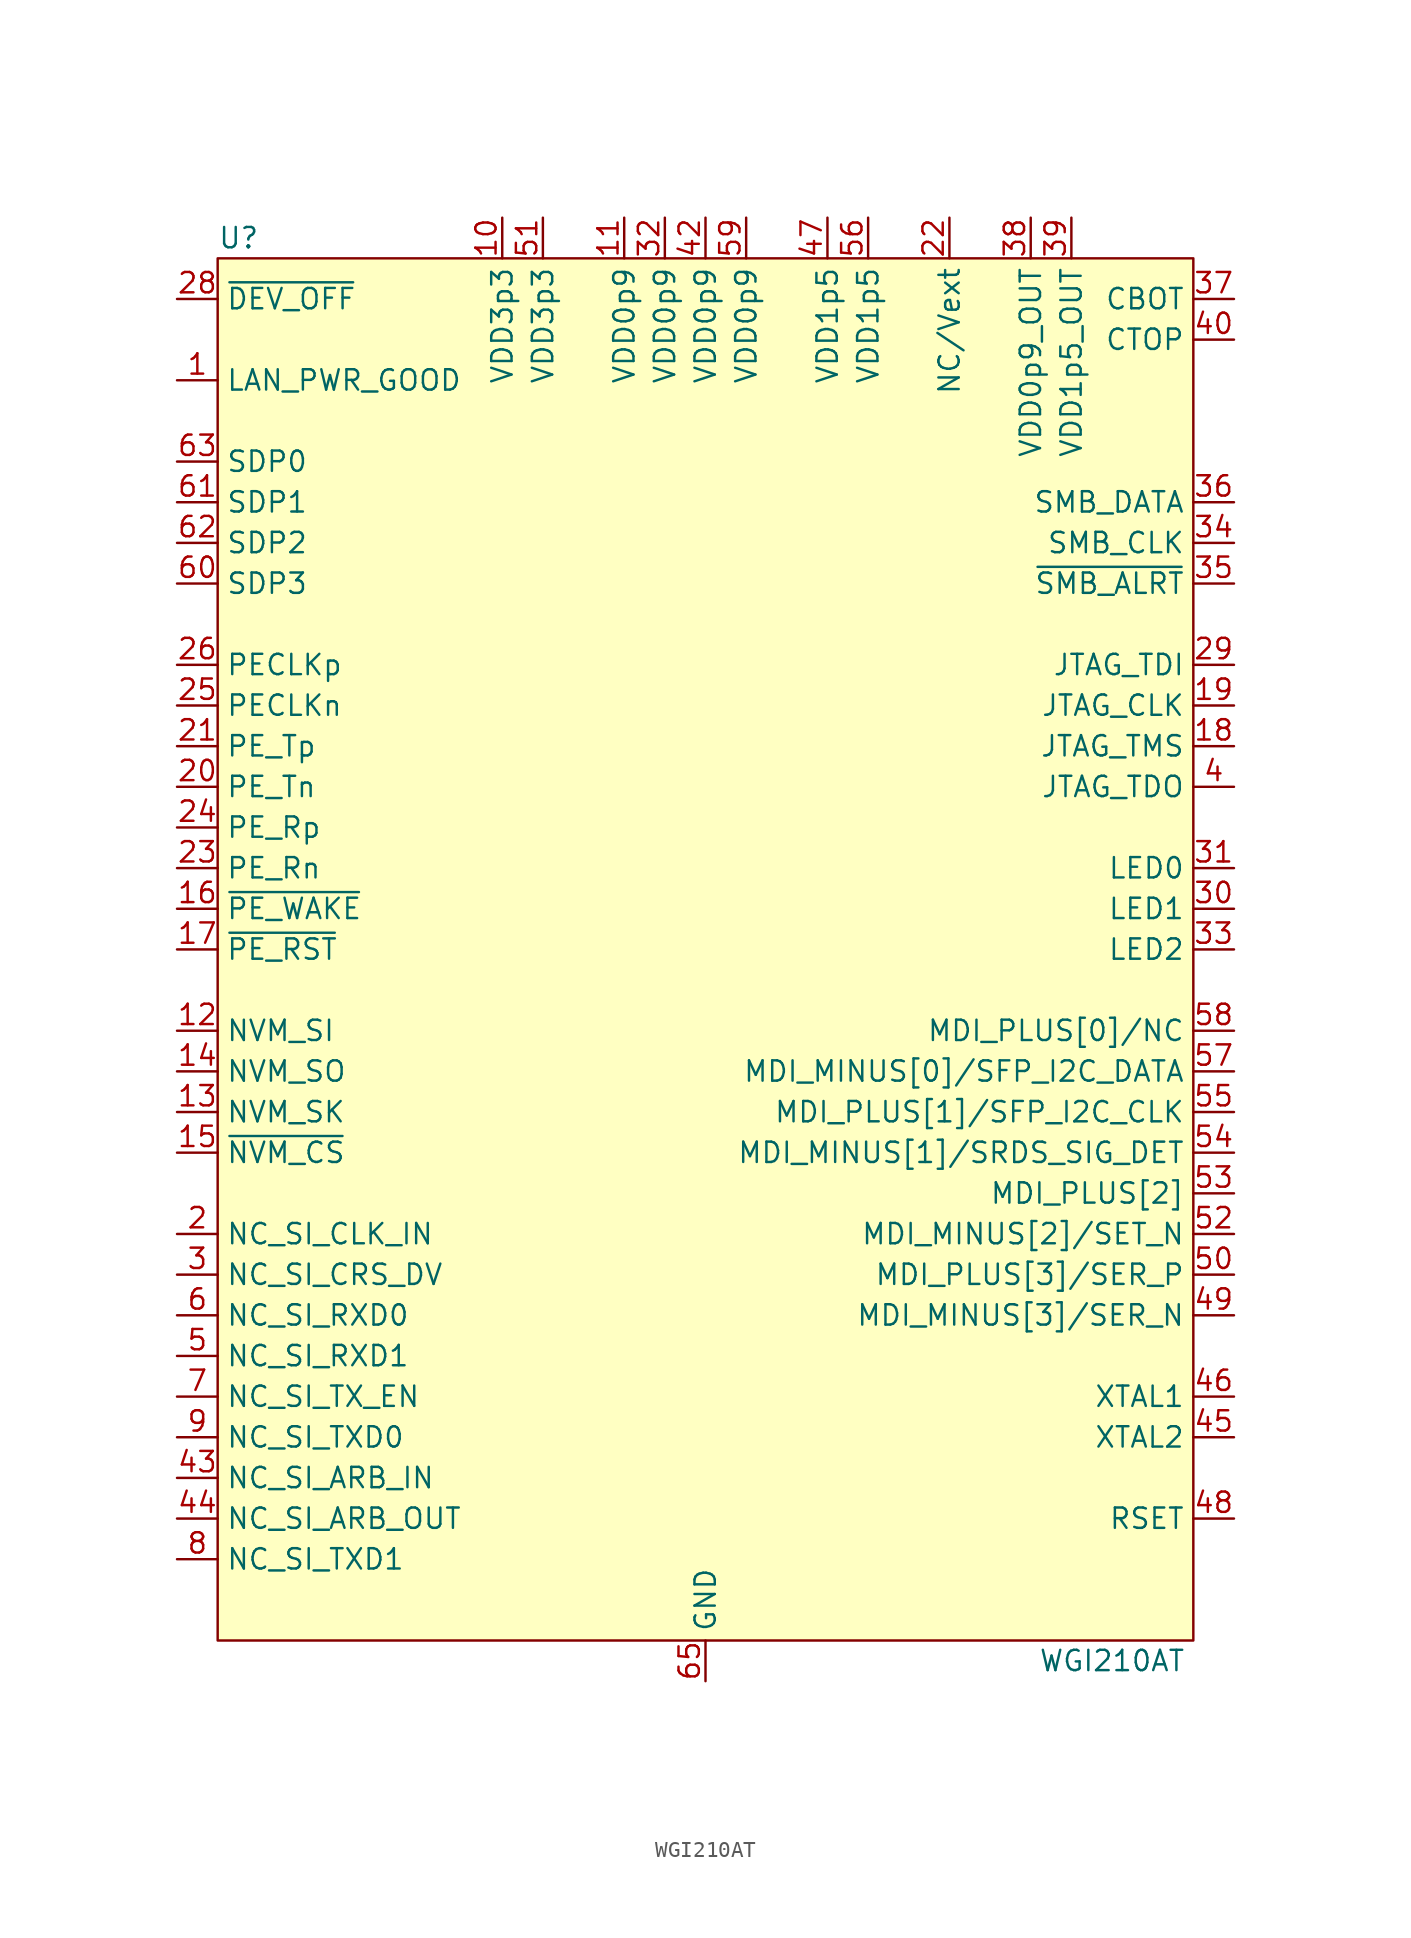
<source format=kicad_sym>
(kicad_symbol_lib
  (version 20211014)
  (generator kicad_symbol_editor)
  (symbol "WGI210AT"
    (property "Reference" "U"
      (at -30.48 44.45 0)
      (effects (font (size 1.27 1.27)) (justify left)))
    (property "Value" "WGI210AT"
      (at 25.4 -44.45 0)
      (effects (font (size 1.27 1.27))))
    (symbol "WGI210AT_0_1"
      (rectangle (start -30.48 43.18) (end 30.48 -43.18) (stroke (width 0) (type default) (color 0 0 0 0)) (fill (type background)))
      (pin input line (at -33.02 35.56 0) (length 2.54) (name "LAN_PWR_GOOD" (effects (font (size 1.27 1.27)))) (number "1" (effects (font (size 1.27 1.27)))))
      (pin power_in line (at -12.7 45.72 270) (length 2.54) (name "VDD3p3" (effects (font (size 1.27 1.27)))) (number "10" (effects (font (size 1.27 1.27)))))
      (pin power_in line (at -5.08 45.72 270) (length 2.54) (name "VDD0p9" (effects (font (size 1.27 1.27)))) (number "11" (effects (font (size 1.27 1.27)))))
      (pin output line (at -33.02 -5.08 0) (length 2.54) (name "NVM_SI" (effects (font (size 1.27 1.27)))) (number "12" (effects (font (size 1.27 1.27)))))
      (pin output line (at -33.02 -10.16 0) (length 2.54) (name "NVM_SK" (effects (font (size 1.27 1.27)))) (number "13" (effects (font (size 1.27 1.27)))))
      (pin input line (at -33.02 -7.62 0) (length 2.54) (name "NVM_SO" (effects (font (size 1.27 1.27)))) (number "14" (effects (font (size 1.27 1.27)))))
      (pin output line (at -33.02 -12.7 0) (length 2.54) (name "~{NVM_CS}" (effects (font (size 1.27 1.27)))) (number "15" (effects (font (size 1.27 1.27)))))
      (pin bidirectional line (at -33.02 2.54 0) (length 2.54) (name "~{PE_WAKE}" (effects (font (size 1.27 1.27)))) (number "16" (effects (font (size 1.27 1.27)))))
      (pin input line (at -33.02 0 0) (length 2.54) (name "~{PE_RST}" (effects (font (size 1.27 1.27)))) (number "17" (effects (font (size 1.27 1.27)))))
      (pin input line (at 33.02 12.7 180) (length 2.54) (name "JTAG_TMS" (effects (font (size 1.27 1.27)))) (number "18" (effects (font (size 1.27 1.27)))))
      (pin input line (at 33.02 15.24 180) (length 2.54) (name "JTAG_CLK" (effects (font (size 1.27 1.27)))) (number "19" (effects (font (size 1.27 1.27)))))
      (pin input line (at -33.02 -17.78 0) (length 2.54) (name "NC_SI_CLK_IN" (effects (font (size 1.27 1.27)))) (number "2" (effects (font (size 1.27 1.27)))))
      (pin output line (at -33.02 10.16 0) (length 2.54) (name "PE_Tn" (effects (font (size 1.27 1.27)))) (number "20" (effects (font (size 1.27 1.27)))))
      (pin output line (at -33.02 12.7 0) (length 2.54) (name "PE_Tp" (effects (font (size 1.27 1.27)))) (number "21" (effects (font (size 1.27 1.27)))))
      (pin power_in line (at 15.24 45.72 270) (length 2.54) (name "NC/Vext" (effects (font (size 1.27 1.27)))) (number "22" (effects (font (size 1.27 1.27)))))
      (pin input line (at -33.02 5.08 0) (length 2.54) (name "PE_Rn" (effects (font (size 1.27 1.27)))) (number "23" (effects (font (size 1.27 1.27)))))
      (pin input line (at -33.02 7.62 0) (length 2.54) (name "PE_Rp" (effects (font (size 1.27 1.27)))) (number "24" (effects (font (size 1.27 1.27)))))
      (pin input line (at -33.02 15.24 0) (length 2.54) (name "PECLKn" (effects (font (size 1.27 1.27)))) (number "25" (effects (font (size 1.27 1.27)))))
      (pin input line (at -33.02 17.78 0) (length 2.54) (name "PECLKp" (effects (font (size 1.27 1.27)))) (number "26" (effects (font (size 1.27 1.27)))))
      (pin power_in line (at -12.7 45.72 270) (length 2.54) hide (name "VDD3p3" (effects (font (size 1.27 1.27)))) (number "27" (effects (font (size 1.27 1.27)))))
      (pin input line (at -33.02 40.64 0) (length 2.54) (name "~{DEV_OFF}" (effects (font (size 1.27 1.27)))) (number "28" (effects (font (size 1.27 1.27)))))
      (pin input line (at 33.02 17.78 180) (length 2.54) (name "JTAG_TDI" (effects (font (size 1.27 1.27)))) (number "29" (effects (font (size 1.27 1.27)))))
      (pin output line (at -33.02 -20.32 0) (length 2.54) (name "NC_SI_CRS_DV" (effects (font (size 1.27 1.27)))) (number "3" (effects (font (size 1.27 1.27)))))
      (pin output line (at 33.02 2.54 180) (length 2.54) (name "LED1" (effects (font (size 1.27 1.27)))) (number "30" (effects (font (size 1.27 1.27)))))
      (pin output line (at 33.02 5.08 180) (length 2.54) (name "LED0" (effects (font (size 1.27 1.27)))) (number "31" (effects (font (size 1.27 1.27)))))
      (pin power_in line (at -2.54 45.72 270) (length 2.54) (name "VDD0p9" (effects (font (size 1.27 1.27)))) (number "32" (effects (font (size 1.27 1.27)))))
      (pin output line (at 33.02 0 180) (length 2.54) (name "LED2" (effects (font (size 1.27 1.27)))) (number "33" (effects (font (size 1.27 1.27)))))
      (pin bidirectional line (at 33.02 25.4 180) (length 2.54) (name "SMB_CLK" (effects (font (size 1.27 1.27)))) (number "34" (effects (font (size 1.27 1.27)))))
      (pin output line (at 33.02 22.86 180) (length 2.54) (name "~{SMB_ALRT}" (effects (font (size 1.27 1.27)))) (number "35" (effects (font (size 1.27 1.27)))))
      (pin bidirectional line (at 33.02 27.94 180) (length 2.54) (name "SMB_DATA" (effects (font (size 1.27 1.27)))) (number "36" (effects (font (size 1.27 1.27)))))
      (pin passive line (at 33.02 40.64 180) (length 2.54) (name "CBOT" (effects (font (size 1.27 1.27)))) (number "37" (effects (font (size 1.27 1.27)))))
      (pin power_out line (at 20.32 45.72 270) (length 2.54) (name "VDD0p9_OUT" (effects (font (size 1.27 1.27)))) (number "38" (effects (font (size 1.27 1.27)))))
      (pin power_out line (at 22.86 45.72 270) (length 2.54) (name "VDD1p5_OUT" (effects (font (size 1.27 1.27)))) (number "39" (effects (font (size 1.27 1.27)))))
      (pin output line (at 33.02 10.16 180) (length 2.54) (name "JTAG_TDO" (effects (font (size 1.27 1.27)))) (number "4" (effects (font (size 1.27 1.27)))))
      (pin passive line (at 33.02 38.1 180) (length 2.54) (name "CTOP" (effects (font (size 1.27 1.27)))) (number "40" (effects (font (size 1.27 1.27)))))
      (pin power_in line (at -12.7 45.72 270) (length 2.54) hide (name "VDD3p3" (effects (font (size 1.27 1.27)))) (number "41" (effects (font (size 1.27 1.27)))))
      (pin power_in line (at 0 45.72 270) (length 2.54) (name "VDD0p9" (effects (font (size 1.27 1.27)))) (number "42" (effects (font (size 1.27 1.27)))))
      (pin input line (at -33.02 -33.02 0) (length 2.54) (name "NC_SI_ARB_IN" (effects (font (size 1.27 1.27)))) (number "43" (effects (font (size 1.27 1.27)))))
      (pin output line (at -33.02 -35.56 0) (length 2.54) (name "NC_SI_ARB_OUT" (effects (font (size 1.27 1.27)))) (number "44" (effects (font (size 1.27 1.27)))))
      (pin output line (at 33.02 -30.48 180) (length 2.54) (name "XTAL2" (effects (font (size 1.27 1.27)))) (number "45" (effects (font (size 1.27 1.27)))))
      (pin input line (at 33.02 -27.94 180) (length 2.54) (name "XTAL1" (effects (font (size 1.27 1.27)))) (number "46" (effects (font (size 1.27 1.27)))))
      (pin power_in line (at 7.62 45.72 270) (length 2.54) (name "VDD1p5" (effects (font (size 1.27 1.27)))) (number "47" (effects (font (size 1.27 1.27)))))
      (pin passive line (at 33.02 -35.56 180) (length 2.54) (name "RSET" (effects (font (size 1.27 1.27)))) (number "48" (effects (font (size 1.27 1.27)))))
      (pin bidirectional line (at 33.02 -22.86 180) (length 2.54) (name "MDI_MINUS[3]/SER_N" (effects (font (size 1.27 1.27)))) (number "49" (effects (font (size 1.27 1.27)))))
      (pin output line (at -33.02 -25.4 0) (length 2.54) (name "NC_SI_RXD1" (effects (font (size 1.27 1.27)))) (number "5" (effects (font (size 1.27 1.27)))))
      (pin bidirectional line (at 33.02 -20.32 180) (length 2.54) (name "MDI_PLUS[3]/SER_P" (effects (font (size 1.27 1.27)))) (number "50" (effects (font (size 1.27 1.27)))))
      (pin power_in line (at -10.16 45.72 270) (length 2.54) (name "VDD3p3" (effects (font (size 1.27 1.27)))) (number "51" (effects (font (size 1.27 1.27)))))
      (pin bidirectional line (at 33.02 -17.78 180) (length 2.54) (name "MDI_MINUS[2]/SET_N" (effects (font (size 1.27 1.27)))) (number "52" (effects (font (size 1.27 1.27)))))
      (pin bidirectional line (at 33.02 -15.24 180) (length 2.54) (name "MDI_PLUS[2]" (effects (font (size 1.27 1.27)))) (number "53" (effects (font (size 1.27 1.27)))))
      (pin bidirectional line (at 33.02 -12.7 180) (length 2.54) (name "MDI_MINUS[1]/SRDS_SIG_DET" (effects (font (size 1.27 1.27)))) (number "54" (effects (font (size 1.27 1.27)))))
      (pin bidirectional line (at 33.02 -10.16 180) (length 2.54) (name "MDI_PLUS[1]/SFP_I2C_CLK" (effects (font (size 1.27 1.27)))) (number "55" (effects (font (size 1.27 1.27)))))
      (pin power_in line (at 10.16 45.72 270) (length 2.54) (name "VDD1p5" (effects (font (size 1.27 1.27)))) (number "56" (effects (font (size 1.27 1.27)))))
      (pin bidirectional line (at 33.02 -7.62 180) (length 2.54) (name "MDI_MINUS[0]/SFP_I2C_DATA" (effects (font (size 1.27 1.27)))) (number "57" (effects (font (size 1.27 1.27)))))
      (pin bidirectional line (at 33.02 -5.08 180) (length 2.54) (name "MDI_PLUS[0]/NC" (effects (font (size 1.27 1.27)))) (number "58" (effects (font (size 1.27 1.27)))))
      (pin power_in line (at 2.54 45.72 270) (length 2.54) (name "VDD0p9" (effects (font (size 1.27 1.27)))) (number "59" (effects (font (size 1.27 1.27)))))
      (pin output line (at -33.02 -22.86 0) (length 2.54) (name "NC_SI_RXD0" (effects (font (size 1.27 1.27)))) (number "6" (effects (font (size 1.27 1.27)))))
      (pin bidirectional line (at -33.02 22.86 0) (length 2.54) (name "SDP3" (effects (font (size 1.27 1.27)))) (number "60" (effects (font (size 1.27 1.27)))))
      (pin bidirectional line (at -33.02 27.94 0) (length 2.54) (name "SDP1" (effects (font (size 1.27 1.27)))) (number "61" (effects (font (size 1.27 1.27)))))
      (pin bidirectional line (at -33.02 25.4 0) (length 2.54) (name "SDP2" (effects (font (size 1.27 1.27)))) (number "62" (effects (font (size 1.27 1.27)))))
      (pin bidirectional line (at -33.02 30.48 0) (length 2.54) (name "SDP0" (effects (font (size 1.27 1.27)))) (number "63" (effects (font (size 1.27 1.27)))))
      (pin power_in line (at -12.7 45.72 270) (length 2.54) hide (name "VDD3p3" (effects (font (size 1.27 1.27)))) (number "64" (effects (font (size 1.27 1.27)))))
      (pin power_in line (at 0 -45.72 90) (length 2.54) (name "GND" (effects (font (size 1.27 1.27)))) (number "65" (effects (font (size 1.27 1.27)))))
      (pin input line (at -33.02 -27.94 0) (length 2.54) (name "NC_SI_TX_EN" (effects (font (size 1.27 1.27)))) (number "7" (effects (font (size 1.27 1.27)))))
      (pin input line (at -33.02 -38.1 0) (length 2.54) (name "NC_SI_TXD1" (effects (font (size 1.27 1.27)))) (number "8" (effects (font (size 1.27 1.27)))))
      (pin input line (at -33.02 -30.48 0) (length 2.54) (name "NC_SI_TXD0" (effects (font (size 1.27 1.27)))) (number "9" (effects (font (size 1.27 1.27))))))))
</source>
